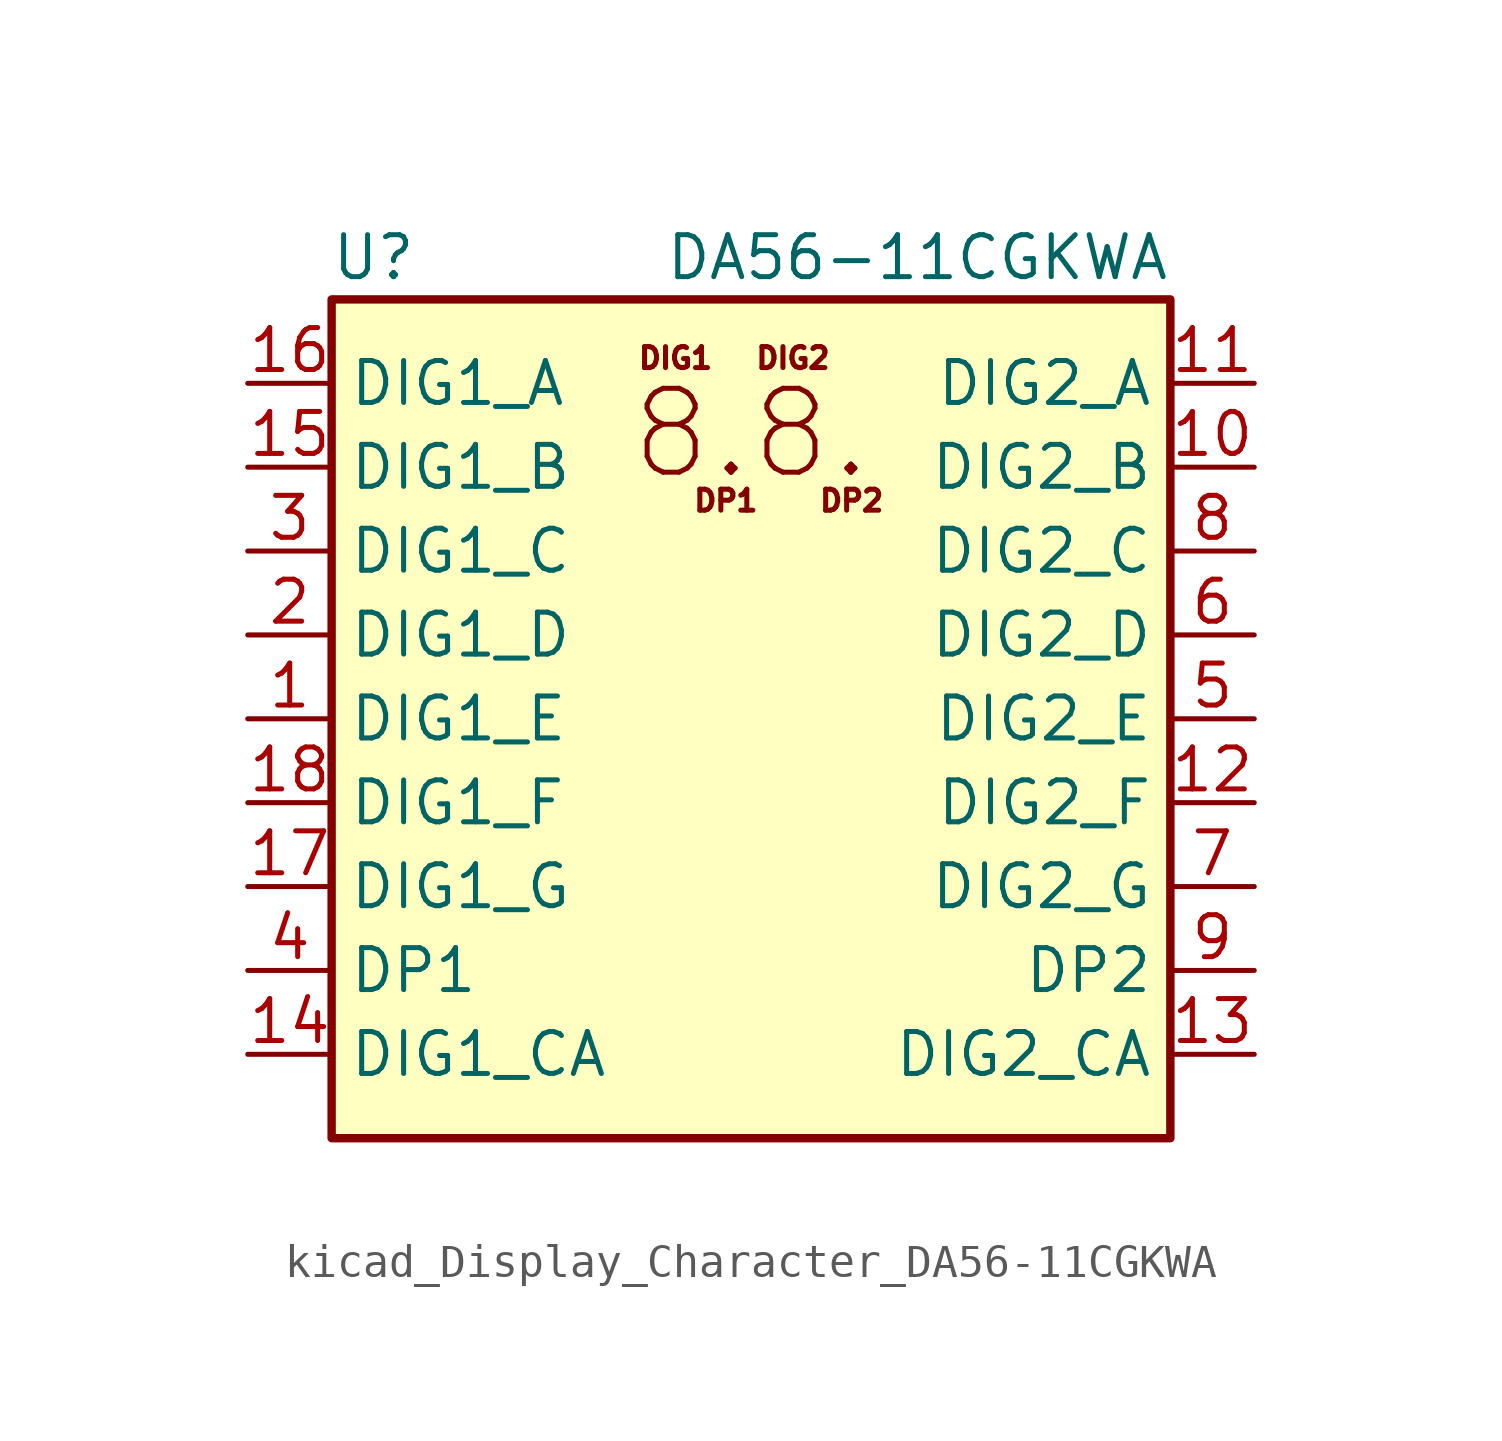
<source format=kicad_sym>
(kicad_symbol_lib
  (version 20220914)
  (generator kicad_symbol_editor)
  (symbol "kicad_Display_Character_DA56-11CGKWA"
    (property "Reference" "U"
      (at -11.43 13.97 0)
      (effects (font (size 1.27 1.27))))
    (property "Value" "DA56-11CGKWA"
      (at 12.7 13.97 0)
      (effects (font (size 1.27 1.27)) (justify right)))
    (symbol "kicad_Display_Character_DA56-11CGKWA_0_0"
      (text "8.8." (at 0 8.636 0) (effects (font (size 2.54 2.54))))
      (text "DIG1" (at -2.286 10.922 0) (effects (font (size 0.635 0.635))))
      (text "DIG2" (at 1.27 10.922 0) (effects (font (size 0.635 0.635))))
      (text "DP1" (at -0.762 6.604 0) (effects (font (size 0.635 0.635))))
      (text "DP2" (at 3.048 6.604 0) (effects (font (size 0.635 0.635)))))
    (symbol "kicad_Display_Character_DA56-11CGKWA_0_1"
      (rectangle (start -12.7 12.7) (end 12.7 -12.7) (stroke (width 0.254) (type default)) (fill (type background))))
    (symbol "kicad_Display_Character_DA56-11CGKWA_1_1"
      (pin input line (at -15.24 0 0) (length 2.54) (name "DIG1_E" (effects (font (size 1.27 1.27)))) (number "1" (effects (font (size 1.27 1.27)))))
      (pin input line (at 15.24 7.62 180) (length 2.54) (name "DIG2_B" (effects (font (size 1.27 1.27)))) (number "10" (effects (font (size 1.27 1.27)))))
      (pin input line (at 15.24 10.16 180) (length 2.54) (name "DIG2_A" (effects (font (size 1.27 1.27)))) (number "11" (effects (font (size 1.27 1.27)))))
      (pin input line (at 15.24 -2.54 180) (length 2.54) (name "DIG2_F" (effects (font (size 1.27 1.27)))) (number "12" (effects (font (size 1.27 1.27)))))
      (pin input line (at 15.24 -10.16 180) (length 2.54) (name "DIG2_CA" (effects (font (size 1.27 1.27)))) (number "13" (effects (font (size 1.27 1.27)))))
      (pin input line (at -15.24 -10.16 0) (length 2.54) (name "DIG1_CA" (effects (font (size 1.27 1.27)))) (number "14" (effects (font (size 1.27 1.27)))))
      (pin input line (at -15.24 7.62 0) (length 2.54) (name "DIG1_B" (effects (font (size 1.27 1.27)))) (number "15" (effects (font (size 1.27 1.27)))))
      (pin input line (at -15.24 10.16 0) (length 2.54) (name "DIG1_A" (effects (font (size 1.27 1.27)))) (number "16" (effects (font (size 1.27 1.27)))))
      (pin input line (at -15.24 -5.08 0) (length 2.54) (name "DIG1_G" (effects (font (size 1.27 1.27)))) (number "17" (effects (font (size 1.27 1.27)))))
      (pin input line (at -15.24 -2.54 0) (length 2.54) (name "DIG1_F" (effects (font (size 1.27 1.27)))) (number "18" (effects (font (size 1.27 1.27)))))
      (pin input line (at -15.24 2.54 0) (length 2.54) (name "DIG1_D" (effects (font (size 1.27 1.27)))) (number "2" (effects (font (size 1.27 1.27)))))
      (pin input line (at -15.24 5.08 0) (length 2.54) (name "DIG1_C" (effects (font (size 1.27 1.27)))) (number "3" (effects (font (size 1.27 1.27)))))
      (pin input line (at -15.24 -7.62 0) (length 2.54) (name "DP1" (effects (font (size 1.27 1.27)))) (number "4" (effects (font (size 1.27 1.27)))))
      (pin input line (at 15.24 0 180) (length 2.54) (name "DIG2_E" (effects (font (size 1.27 1.27)))) (number "5" (effects (font (size 1.27 1.27)))))
      (pin input line (at 15.24 2.54 180) (length 2.54) (name "DIG2_D" (effects (font (size 1.27 1.27)))) (number "6" (effects (font (size 1.27 1.27)))))
      (pin input line (at 15.24 -5.08 180) (length 2.54) (name "DIG2_G" (effects (font (size 1.27 1.27)))) (number "7" (effects (font (size 1.27 1.27)))))
      (pin input line (at 15.24 5.08 180) (length 2.54) (name "DIG2_C" (effects (font (size 1.27 1.27)))) (number "8" (effects (font (size 1.27 1.27)))))
      (pin input line (at 15.24 -7.62 180) (length 2.54) (name "DP2" (effects (font (size 1.27 1.27)))) (number "9" (effects (font (size 1.27 1.27))))))))
</source>
